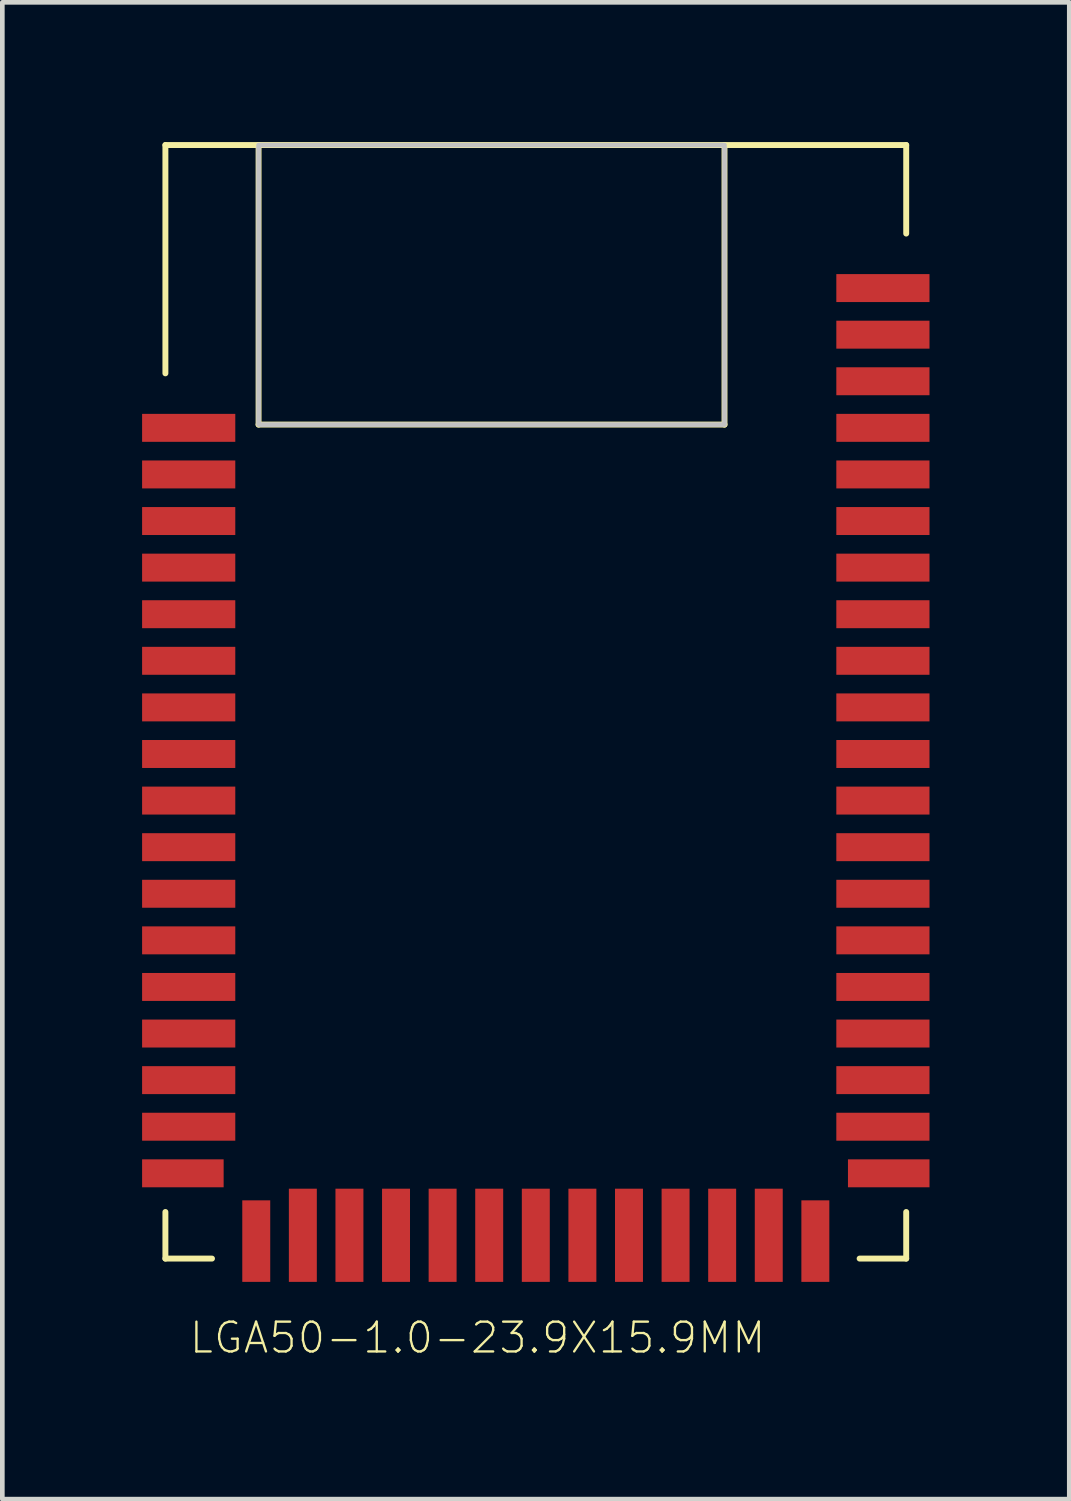
<source format=kicad_pcb>
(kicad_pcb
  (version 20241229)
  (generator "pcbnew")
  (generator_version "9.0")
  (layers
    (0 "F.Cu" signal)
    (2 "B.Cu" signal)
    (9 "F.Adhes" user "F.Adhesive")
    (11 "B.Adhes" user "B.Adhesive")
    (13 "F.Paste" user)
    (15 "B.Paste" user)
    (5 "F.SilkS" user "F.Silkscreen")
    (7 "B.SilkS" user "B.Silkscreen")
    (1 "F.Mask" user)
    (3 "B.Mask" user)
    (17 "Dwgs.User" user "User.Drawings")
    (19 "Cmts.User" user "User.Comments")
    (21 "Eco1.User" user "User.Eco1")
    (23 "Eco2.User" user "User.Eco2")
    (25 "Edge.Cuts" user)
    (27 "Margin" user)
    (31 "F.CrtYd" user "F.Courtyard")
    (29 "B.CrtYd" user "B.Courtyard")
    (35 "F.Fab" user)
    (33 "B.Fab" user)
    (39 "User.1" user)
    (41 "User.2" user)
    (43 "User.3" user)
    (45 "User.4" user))
  (footprint "LGA50-1.0-23.9X15.9MM"
    (layer "F.Cu")
    (at 0.5 23.963)
    (property "Reference" "LGA50-1.0-23.9X15.9MM" (at 6.7 1.7 0) (layer "F.SilkS") (effects (font (size 0.64 0.64) (thickness 0.05))))
    (attr smd)
    (fp_line (start 0 -23.9) (end 0 -19) (stroke (width 0.127) (type solid)) (layer "F.SilkS"))
    (fp_line (start 0 -1) (end 0 0) (stroke (width 0.127) (type solid)) (layer "F.SilkS"))
    (fp_line (start 0 0) (end 1 0) (stroke (width 0.127) (type solid)) (layer "F.SilkS"))
    (fp_line (start 2 -23.9) (end 2 -17.9) (stroke (width 0.127) (type solid)) (layer "F.SilkS"))
    (fp_line (start 2 -17.9) (end 12 -17.9) (stroke (width 0.127) (type solid)) (layer "F.SilkS"))
    (fp_line (start 12 -17.9) (end 12 -23.9) (stroke (width 0.127) (type solid)) (layer "F.SilkS"))
    (fp_line (start 14.9 0) (end 15.9 0) (stroke (width 0.127) (type solid)) (layer "F.SilkS"))
    (fp_line (start 15.9 -23.9) (end 0 -23.9) (stroke (width 0.127) (type solid)) (layer "F.SilkS"))
    (fp_line (start 15.9 -23.9) (end 15.9 -22) (stroke (width 0.127) (type solid)) (layer "F.SilkS"))
    (fp_line (start 15.9 0) (end 15.9 -1) (stroke (width 0.127) (type solid)) (layer "F.SilkS"))
    (fp_poly (pts (xy 2 -23.9) (xy 12 -23.9) (xy 12 -17.9) (xy 2 -17.9)) (stroke (width 0.1) (type solid)) (fill no) (layer "Dwgs.User"))
    (fp_poly (pts (xy 0 -23.9) (xy 15.9 -23.9) (xy 15.9 0) (xy -0.005 0.008)) (stroke (width 0.1) (type solid)) (fill no) (layer "Eco1.User"))
    (pad "1" smd rect (at 0.5 -17.83) (size 2 0.6) (layers "F.Cu" "F.Mask" "F.Paste"))
    (pad "2" smd rect (at 0.5 -16.83) (size 2 0.6) (layers "F.Cu" "F.Mask" "F.Paste"))
    (pad "3" smd rect (at 0.5 -15.83) (size 2 0.6) (layers "F.Cu" "F.Mask" "F.Paste"))
    (pad "4" smd rect (at 0.5 -14.83) (size 2 0.6) (layers "F.Cu" "F.Mask" "F.Paste"))
    (pad "5" smd rect (at 0.5 -13.83) (size 2 0.6) (layers "F.Cu" "F.Mask" "F.Paste"))
    (pad "6" smd rect (at 0.5 -12.83) (size 2 0.6) (layers "F.Cu" "F.Mask" "F.Paste"))
    (pad "7" smd rect (at 0.5 -11.83) (size 2 0.6) (layers "F.Cu" "F.Mask" "F.Paste"))
    (pad "8" smd rect (at 0.5 -10.83) (size 2 0.6) (layers "F.Cu" "F.Mask" "F.Paste"))
    (pad "9" smd rect (at 0.5 -9.83) (size 2 0.6) (layers "F.Cu" "F.Mask" "F.Paste"))
    (pad "10" smd rect (at 0.5 -8.83) (size 2 0.6) (layers "F.Cu" "F.Mask" "F.Paste"))
    (pad "11" smd rect (at 0.5 -7.83) (size 2 0.6) (layers "F.Cu" "F.Mask" "F.Paste"))
    (pad "12" smd rect (at 0.5 -6.83) (size 2 0.6) (layers "F.Cu" "F.Mask" "F.Paste"))
    (pad "13" smd rect (at 0.5 -5.83) (size 2 0.6) (layers "F.Cu" "F.Mask" "F.Paste"))
    (pad "14" smd rect (at 0.5 -4.83) (size 2 0.6) (layers "F.Cu" "F.Mask" "F.Paste"))
    (pad "15" smd rect (at 0.5 -3.83) (size 2 0.6) (layers "F.Cu" "F.Mask" "F.Paste"))
    (pad "16" smd rect (at 0.5 -2.83) (size 2 0.6) (layers "F.Cu" "F.Mask" "F.Paste"))
    (pad "17" smd rect (at 0.375 -1.83) (size 1.75 0.6) (layers "F.Cu" "F.Mask" "F.Paste"))
    (pad "18" smd rect (at 1.95 -0.375 270) (size 1.75 0.6) (layers "F.Cu" "F.Mask" "F.Paste"))
    (pad "19" smd rect (at 2.95 -0.5 90) (size 2 0.6) (layers "F.Cu" "F.Mask" "F.Paste"))
    (pad "20" smd rect (at 3.95 -0.5 90) (size 2 0.6) (layers "F.Cu" "F.Mask" "F.Paste"))
    (pad "21" smd rect (at 4.95 -0.5 90) (size 2 0.6) (layers "F.Cu" "F.Mask" "F.Paste"))
    (pad "22" smd rect (at 5.95 -0.5 90) (size 2 0.6) (layers "F.Cu" "F.Mask" "F.Paste"))
    (pad "23" smd rect (at 6.95 -0.5 90) (size 2 0.6) (layers "F.Cu" "F.Mask" "F.Paste"))
    (pad "24" smd rect (at 7.95 -0.5 90) (size 2 0.6) (layers "F.Cu" "F.Mask" "F.Paste"))
    (pad "25" smd rect (at 8.95 -0.5 90) (size 2 0.6) (layers "F.Cu" "F.Mask" "F.Paste"))
    (pad "26" smd rect (at 9.95 -0.5 270) (size 2 0.6) (layers "F.Cu" "F.Mask" "F.Paste"))
    (pad "27" smd rect (at 10.95 -0.5 90) (size 2 0.6) (layers "F.Cu" "F.Mask" "F.Paste"))
    (pad "28" smd rect (at 11.95 -0.5 90) (size 2 0.6) (layers "F.Cu" "F.Mask" "F.Paste"))
    (pad "29" smd rect (at 12.95 -0.5 90) (size 2 0.6) (layers "F.Cu" "F.Mask" "F.Paste"))
    (pad "30" smd rect (at 13.95 -0.375 270) (size 1.75 0.6) (layers "F.Cu" "F.Mask" "F.Paste"))
    (pad "31" smd rect (at 15.525 -1.83) (size 1.75 0.6) (layers "F.Cu" "F.Mask" "F.Paste"))
    (pad "32" smd rect (at 15.4 -2.83) (size 2 0.6) (layers "F.Cu" "F.Mask" "F.Paste"))
    (pad "33" smd rect (at 15.4 -3.83) (size 2 0.6) (layers "F.Cu" "F.Mask" "F.Paste"))
    (pad "34" smd rect (at 15.4 -4.83) (size 2 0.6) (layers "F.Cu" "F.Mask" "F.Paste"))
    (pad "35" smd rect (at 15.4 -5.83) (size 2 0.6) (layers "F.Cu" "F.Mask" "F.Paste"))
    (pad "36" smd rect (at 15.4 -6.83) (size 2 0.6) (layers "F.Cu" "F.Mask" "F.Paste"))
    (pad "37" smd rect (at 15.4 -7.83) (size 2 0.6) (layers "F.Cu" "F.Mask" "F.Paste"))
    (pad "38" smd rect (at 15.4 -8.83) (size 2 0.6) (layers "F.Cu" "F.Mask" "F.Paste"))
    (pad "39" smd rect (at 15.4 -9.83) (size 2 0.6) (layers "F.Cu" "F.Mask" "F.Paste"))
    (pad "40" smd rect (at 15.4 -10.83) (size 2 0.6) (layers "F.Cu" "F.Mask" "F.Paste"))
    (pad "41" smd rect (at 15.4 -11.83) (size 2 0.6) (layers "F.Cu" "F.Mask" "F.Paste"))
    (pad "42" smd rect (at 15.4 -12.83) (size 2 0.6) (layers "F.Cu" "F.Mask" "F.Paste"))
    (pad "43" smd rect (at 15.4 -13.83) (size 2 0.6) (layers "F.Cu" "F.Mask" "F.Paste"))
    (pad "44" smd rect (at 15.4 -14.83) (size 2 0.6) (layers "F.Cu" "F.Mask" "F.Paste"))
    (pad "45" smd rect (at 15.4 -15.83) (size 2 0.6) (layers "F.Cu" "F.Mask" "F.Paste"))
    (pad "46" smd rect (at 15.4 -16.83) (size 2 0.6) (layers "F.Cu" "F.Mask" "F.Paste"))
    (pad "47" smd rect (at 15.4 -17.83) (size 2 0.6) (layers "F.Cu" "F.Mask" "F.Paste"))
    (pad "48" smd rect (at 15.4 -18.83) (size 2 0.6) (layers "F.Cu" "F.Mask" "F.Paste"))
    (pad "49" smd rect (at 15.4 -19.83) (size 2 0.6) (layers "F.Cu" "F.Mask" "F.Paste"))
    (pad "50" smd rect (at 15.4 -20.83) (size 2 0.6) (layers "F.Cu" "F.Mask" "F.Paste")))
  (gr_rect
    (start -3 -3)
    (end 19.9 29.126)
    (stroke (width 0.1) (type default))
    (fill no)
    (layer "Edge.Cuts")))
</source>
